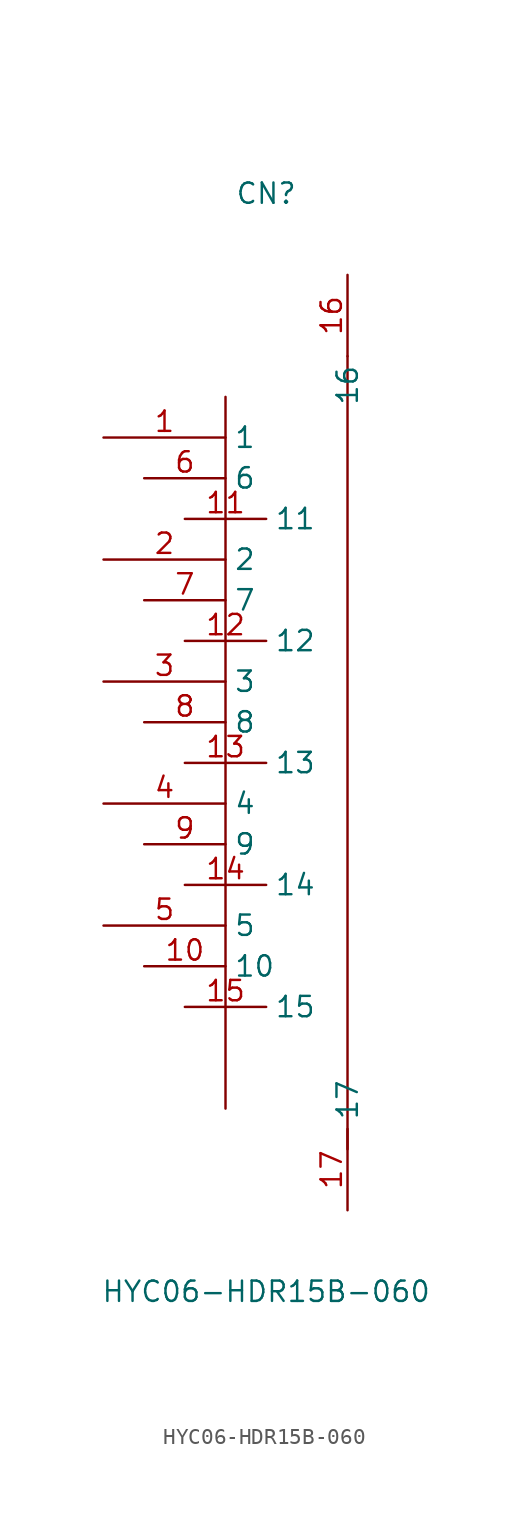
<source format=kicad_sym>
(kicad_symbol_lib
  (version 20211014)
  (generator https://github.com/uPesy/easyeda2kicad.py)
  (symbol "HYC06-HDR15B-060"
    (property "Reference" "CN"
      (at 0 33.02 0)
      (effects (font (size 1.27 1.27))))
    (property "Value" "HYC06-HDR15B-060"
      (at 0 -35.56 0)
      (effects (font (size 1.27 1.27))))
    (symbol "HYC06-HDR15B-060_0_1"
      (polyline (pts (xy -2.54 20.32)) (stroke (width 0) (type default) (color 0 0 0 0)) (fill (type background)))
      (polyline (pts (xy -2.54 -24.13)) (stroke (width 0) (type default) (color 0 0 0 0)) (fill (type background)))
      (polyline (pts (xy -2.54 20.32) (xy -2.54 -24.13)) (stroke (width 0) (type default) (color 0 0 0 0)) (fill (type none)))
      (polyline (pts (xy 5.08 22.86) (xy 5.08 -26.67)) (stroke (width 0) (type default) (color 0 0 0 0)) (fill (type none)))
      (pin unspecified line (at -10.16 17.78 0) (length 7.62) (name "1" (effects (font (size 1.27 1.27)))) (number "1" (effects (font (size 1.27 1.27)))))
      (pin unspecified line (at -10.16 10.16 0) (length 7.62) (name "2" (effects (font (size 1.27 1.27)))) (number "2" (effects (font (size 1.27 1.27)))))
      (pin unspecified line (at -10.16 2.54 0) (length 7.62) (name "3" (effects (font (size 1.27 1.27)))) (number "3" (effects (font (size 1.27 1.27)))))
      (pin unspecified line (at -10.16 -5.08 0) (length 7.62) (name "4" (effects (font (size 1.27 1.27)))) (number "4" (effects (font (size 1.27 1.27)))))
      (pin unspecified line (at -10.16 -12.70 0) (length 7.62) (name "5" (effects (font (size 1.27 1.27)))) (number "5" (effects (font (size 1.27 1.27)))))
      (pin unspecified line (at -7.62 15.24 0) (length 5.08) (name "6" (effects (font (size 1.27 1.27)))) (number "6" (effects (font (size 1.27 1.27)))))
      (pin unspecified line (at -7.62 7.62 0) (length 5.08) (name "7" (effects (font (size 1.27 1.27)))) (number "7" (effects (font (size 1.27 1.27)))))
      (pin unspecified line (at -7.62 -0.00 0) (length 5.08) (name "8" (effects (font (size 1.27 1.27)))) (number "8" (effects (font (size 1.27 1.27)))))
      (pin unspecified line (at -7.62 -7.62 0) (length 5.08) (name "9" (effects (font (size 1.27 1.27)))) (number "9" (effects (font (size 1.27 1.27)))))
      (pin unspecified line (at -7.62 -15.24 0) (length 5.08) (name "10" (effects (font (size 1.27 1.27)))) (number "10" (effects (font (size 1.27 1.27)))))
      (pin unspecified line (at -5.08 12.70 0) (length 5.08) (name "11" (effects (font (size 1.27 1.27)))) (number "11" (effects (font (size 1.27 1.27)))))
      (pin unspecified line (at -5.08 5.08 0) (length 5.08) (name "12" (effects (font (size 1.27 1.27)))) (number "12" (effects (font (size 1.27 1.27)))))
      (pin unspecified line (at -5.08 -2.54 0) (length 5.08) (name "13" (effects (font (size 1.27 1.27)))) (number "13" (effects (font (size 1.27 1.27)))))
      (pin unspecified line (at -5.08 -10.16 0) (length 5.08) (name "14" (effects (font (size 1.27 1.27)))) (number "14" (effects (font (size 1.27 1.27)))))
      (pin unspecified line (at -5.08 -17.78 0) (length 5.08) (name "15" (effects (font (size 1.27 1.27)))) (number "15" (effects (font (size 1.27 1.27)))))
      (pin unspecified line (at 5.08 -30.48 90) (length 5.08) (name "17" (effects (font (size 1.27 1.27)))) (number "17" (effects (font (size 1.27 1.27)))))
      (pin unspecified line (at 5.08 27.94 270) (length 5.08) (name "16" (effects (font (size 1.27 1.27)))) (number "16" (effects (font (size 1.27 1.27))))))))
</source>
